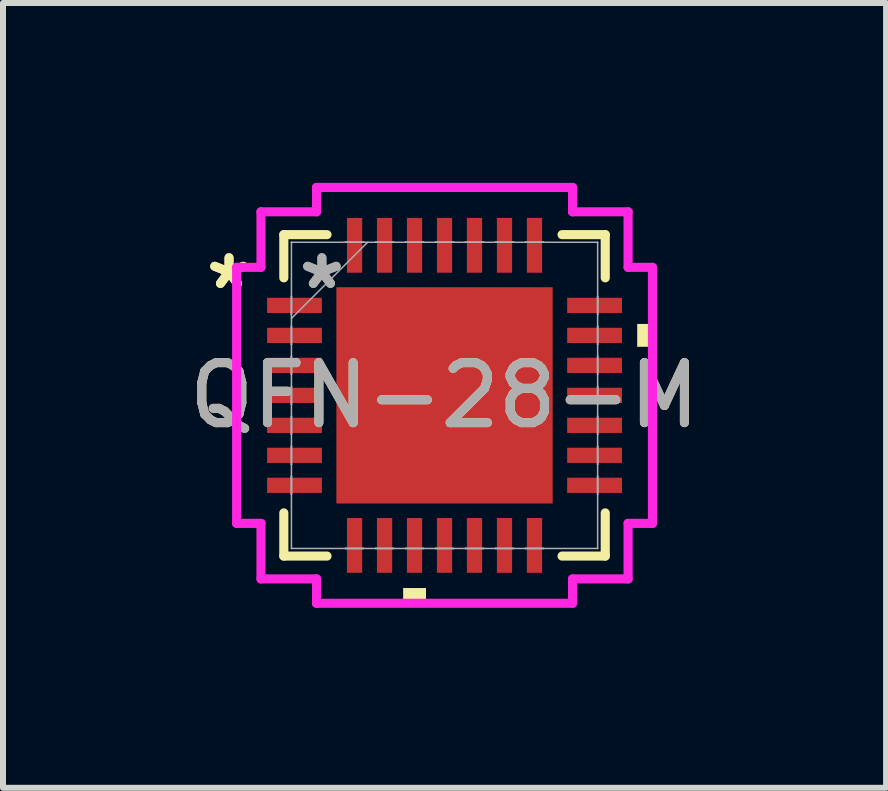
<source format=kicad_pcb>
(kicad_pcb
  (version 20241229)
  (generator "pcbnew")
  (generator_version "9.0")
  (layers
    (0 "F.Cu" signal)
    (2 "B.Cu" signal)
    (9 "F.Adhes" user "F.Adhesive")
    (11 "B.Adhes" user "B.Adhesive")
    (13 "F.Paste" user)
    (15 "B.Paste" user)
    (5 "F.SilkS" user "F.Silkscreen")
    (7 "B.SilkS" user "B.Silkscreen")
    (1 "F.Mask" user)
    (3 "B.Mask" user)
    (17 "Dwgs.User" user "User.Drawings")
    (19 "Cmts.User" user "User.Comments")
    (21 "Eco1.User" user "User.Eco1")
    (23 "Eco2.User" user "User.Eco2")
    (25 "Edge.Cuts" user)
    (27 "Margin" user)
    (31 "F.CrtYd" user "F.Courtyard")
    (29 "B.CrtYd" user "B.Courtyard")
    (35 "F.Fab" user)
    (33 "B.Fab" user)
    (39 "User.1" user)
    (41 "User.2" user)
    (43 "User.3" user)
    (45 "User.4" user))
  (footprint "QFN-28-M"
    (layer "F.Cu")
    (at 4.363 3.543)
    (property "Reference" "QFN-28-M" (at 0 0 0) (unlocked yes) (layer "F.SilkS") (effects (font (size 1 1) (thickness 0.15))))
    (attr smd)
    (fp_line (start -2.68 -2.68) (end -2.68 -1.96) (stroke (width 0.152) (type solid)) (layer "F.SilkS"))
    (fp_line (start -2.68 1.96) (end -2.68 2.68) (stroke (width 0.152) (type solid)) (layer "F.SilkS"))
    (fp_line (start -2.68 2.68) (end -1.96 2.68) (stroke (width 0.152) (type solid)) (layer "F.SilkS"))
    (fp_line (start -1.96 -2.68) (end -2.68 -2.68) (stroke (width 0.152) (type solid)) (layer "F.SilkS"))
    (fp_line (start 1.96 2.68) (end 2.68 2.68) (stroke (width 0.152) (type solid)) (layer "F.SilkS"))
    (fp_line (start 2.68 -2.68) (end 1.96 -2.68) (stroke (width 0.152) (type solid)) (layer "F.SilkS"))
    (fp_line (start 2.68 -1.96) (end 2.68 -2.68) (stroke (width 0.152) (type solid)) (layer "F.SilkS"))
    (fp_line (start 2.68 2.68) (end 2.68 1.96) (stroke (width 0.152) (type solid)) (layer "F.SilkS"))
    (fp_poly (pts (xy -0.69 3.213) (xy -0.69 3.467) (xy -0.309 3.467) (xy -0.309 3.213)) (stroke (width 0) (type solid)) (fill yes) (layer "F.SilkS"))
    (fp_poly (pts (xy 3.467 -1.191) (xy 3.467 -0.81) (xy 3.213 -0.81) (xy 3.213 -1.191)) (stroke (width 0) (type solid)) (fill yes) (layer "F.SilkS"))
    (fp_poly (pts (xy -1.703 -1.703) (xy -1.703 -0.1) (xy -0.1 -0.1) (xy -0.1 -1.703)) (stroke (width 0) (type solid)) (fill yes) (layer "F.Paste"))
    (fp_poly (pts (xy -1.703 0.1) (xy -1.703 1.703) (xy -0.1 1.703) (xy -0.1 0.1)) (stroke (width 0) (type solid)) (fill yes) (layer "F.Paste"))
    (fp_poly (pts (xy 0.1 -1.703) (xy 0.1 -0.1) (xy 1.703 -0.1) (xy 1.703 -1.703)) (stroke (width 0) (type solid)) (fill yes) (layer "F.Paste"))
    (fp_poly (pts (xy 0.1 0.1) (xy 0.1 1.703) (xy 1.703 1.703) (xy 1.703 0.1)) (stroke (width 0) (type solid)) (fill yes) (layer "F.Paste"))
    (fp_line (start -3.467 -2.135) (end -3.061 -2.135) (stroke (width 0.152) (type solid)) (layer "F.CrtYd"))
    (fp_line (start -3.467 2.135) (end -3.467 -2.135) (stroke (width 0.152) (type solid)) (layer "F.CrtYd"))
    (fp_line (start -3.061 -3.061) (end -2.135 -3.061) (stroke (width 0.152) (type solid)) (layer "F.CrtYd"))
    (fp_line (start -3.061 -2.135) (end -3.061 -3.061) (stroke (width 0.152) (type solid)) (layer "F.CrtYd"))
    (fp_line (start -3.061 2.135) (end -3.467 2.135) (stroke (width 0.152) (type solid)) (layer "F.CrtYd"))
    (fp_line (start -3.061 3.061) (end -3.061 2.135) (stroke (width 0.152) (type solid)) (layer "F.CrtYd"))
    (fp_line (start -2.135 -3.467) (end 2.135 -3.467) (stroke (width 0.152) (type solid)) (layer "F.CrtYd"))
    (fp_line (start -2.135 -3.061) (end -2.135 -3.467) (stroke (width 0.152) (type solid)) (layer "F.CrtYd"))
    (fp_line (start -2.135 3.061) (end -3.061 3.061) (stroke (width 0.152) (type solid)) (layer "F.CrtYd"))
    (fp_line (start -2.135 3.467) (end -2.135 3.061) (stroke (width 0.152) (type solid)) (layer "F.CrtYd"))
    (fp_line (start 2.135 -3.467) (end 2.135 -3.061) (stroke (width 0.152) (type solid)) (layer "F.CrtYd"))
    (fp_line (start 2.135 -3.061) (end 3.061 -3.061) (stroke (width 0.152) (type solid)) (layer "F.CrtYd"))
    (fp_line (start 2.135 3.061) (end 2.135 3.467) (stroke (width 0.152) (type solid)) (layer "F.CrtYd"))
    (fp_line (start 2.135 3.467) (end -2.135 3.467) (stroke (width 0.152) (type solid)) (layer "F.CrtYd"))
    (fp_line (start 3.061 -3.061) (end 3.061 -2.135) (stroke (width 0.152) (type solid)) (layer "F.CrtYd"))
    (fp_line (start 3.061 -2.135) (end 3.467 -2.135) (stroke (width 0.152) (type solid)) (layer "F.CrtYd"))
    (fp_line (start 3.061 2.135) (end 3.061 3.061) (stroke (width 0.152) (type solid)) (layer "F.CrtYd"))
    (fp_line (start 3.061 3.061) (end 2.135 3.061) (stroke (width 0.152) (type solid)) (layer "F.CrtYd"))
    (fp_line (start 3.467 -2.135) (end 3.467 2.135) (stroke (width 0.152) (type solid)) (layer "F.CrtYd"))
    (fp_line (start 3.467 2.135) (end 3.061 2.135) (stroke (width 0.152) (type solid)) (layer "F.CrtYd"))
    (fp_line (start -2.553 -2.553) (end -2.553 -2.553) (stroke (width 0.025) (type solid)) (layer "F.Fab"))
    (fp_line (start -2.553 -2.553) (end -2.553 2.553) (stroke (width 0.025) (type solid)) (layer "F.Fab"))
    (fp_line (start -2.553 -1.652) (end -2.553 -1.652) (stroke (width 0.025) (type solid)) (layer "F.Fab"))
    (fp_line (start -2.553 -1.652) (end -2.553 -1.348) (stroke (width 0.025) (type solid)) (layer "F.Fab"))
    (fp_line (start -2.553 -1.348) (end -2.553 -1.652) (stroke (width 0.025) (type solid)) (layer "F.Fab"))
    (fp_line (start -2.553 -1.348) (end -2.553 -1.348) (stroke (width 0.025) (type solid)) (layer "F.Fab"))
    (fp_line (start -2.553 -1.283) (end -1.283 -2.553) (stroke (width 0.025) (type solid)) (layer "F.Fab"))
    (fp_line (start -2.553 -1.152) (end -2.553 -1.152) (stroke (width 0.025) (type solid)) (layer "F.Fab"))
    (fp_line (start -2.553 -1.152) (end -2.553 -0.848) (stroke (width 0.025) (type solid)) (layer "F.Fab"))
    (fp_line (start -2.553 -0.848) (end -2.553 -1.152) (stroke (width 0.025) (type solid)) (layer "F.Fab"))
    (fp_line (start -2.553 -0.848) (end -2.553 -0.848) (stroke (width 0.025) (type solid)) (layer "F.Fab"))
    (fp_line (start -2.553 -0.652) (end -2.553 -0.652) (stroke (width 0.025) (type solid)) (layer "F.Fab"))
    (fp_line (start -2.553 -0.652) (end -2.553 -0.348) (stroke (width 0.025) (type solid)) (layer "F.Fab"))
    (fp_line (start -2.553 -0.348) (end -2.553 -0.652) (stroke (width 0.025) (type solid)) (layer "F.Fab"))
    (fp_line (start -2.553 -0.348) (end -2.553 -0.348) (stroke (width 0.025) (type solid)) (layer "F.Fab"))
    (fp_line (start -2.553 -0.152) (end -2.553 -0.152) (stroke (width 0.025) (type solid)) (layer "F.Fab"))
    (fp_line (start -2.553 -0.152) (end -2.553 0.152) (stroke (width 0.025) (type solid)) (layer "F.Fab"))
    (fp_line (start -2.553 0.152) (end -2.553 -0.152) (stroke (width 0.025) (type solid)) (layer "F.Fab"))
    (fp_line (start -2.553 0.152) (end -2.553 0.152) (stroke (width 0.025) (type solid)) (layer "F.Fab"))
    (fp_line (start -2.553 0.348) (end -2.553 0.348) (stroke (width 0.025) (type solid)) (layer "F.Fab"))
    (fp_line (start -2.553 0.348) (end -2.553 0.652) (stroke (width 0.025) (type solid)) (layer "F.Fab"))
    (fp_line (start -2.553 0.652) (end -2.553 0.348) (stroke (width 0.025) (type solid)) (layer "F.Fab"))
    (fp_line (start -2.553 0.652) (end -2.553 0.652) (stroke (width 0.025) (type solid)) (layer "F.Fab"))
    (fp_line (start -2.553 0.848) (end -2.553 0.848) (stroke (width 0.025) (type solid)) (layer "F.Fab"))
    (fp_line (start -2.553 0.848) (end -2.553 1.152) (stroke (width 0.025) (type solid)) (layer "F.Fab"))
    (fp_line (start -2.553 1.152) (end -2.553 0.848) (stroke (width 0.025) (type solid)) (layer "F.Fab"))
    (fp_line (start -2.553 1.152) (end -2.553 1.152) (stroke (width 0.025) (type solid)) (layer "F.Fab"))
    (fp_line (start -2.553 1.348) (end -2.553 1.348) (stroke (width 0.025) (type solid)) (layer "F.Fab"))
    (fp_line (start -2.553 1.348) (end -2.553 1.652) (stroke (width 0.025) (type solid)) (layer "F.Fab"))
    (fp_line (start -2.553 1.652) (end -2.553 1.348) (stroke (width 0.025) (type solid)) (layer "F.Fab"))
    (fp_line (start -2.553 1.652) (end -2.553 1.652) (stroke (width 0.025) (type solid)) (layer "F.Fab"))
    (fp_line (start -2.553 2.553) (end -2.553 2.553) (stroke (width 0.025) (type solid)) (layer "F.Fab"))
    (fp_line (start -2.553 2.553) (end 2.553 2.553) (stroke (width 0.025) (type solid)) (layer "F.Fab"))
    (fp_line (start -1.652 -2.553) (end -1.652 -2.553) (stroke (width 0.025) (type solid)) (layer "F.Fab"))
    (fp_line (start -1.652 -2.553) (end -1.348 -2.553) (stroke (width 0.025) (type solid)) (layer "F.Fab"))
    (fp_line (start -1.652 2.553) (end -1.652 2.553) (stroke (width 0.025) (type solid)) (layer "F.Fab"))
    (fp_line (start -1.652 2.553) (end -1.348 2.553) (stroke (width 0.025) (type solid)) (layer "F.Fab"))
    (fp_line (start -1.348 -2.553) (end -1.652 -2.553) (stroke (width 0.025) (type solid)) (layer "F.Fab"))
    (fp_line (start -1.348 -2.553) (end -1.348 -2.553) (stroke (width 0.025) (type solid)) (layer "F.Fab"))
    (fp_line (start -1.348 2.553) (end -1.652 2.553) (stroke (width 0.025) (type solid)) (layer "F.Fab"))
    (fp_line (start -1.348 2.553) (end -1.348 2.553) (stroke (width 0.025) (type solid)) (layer "F.Fab"))
    (fp_line (start -1.152 -2.553) (end -1.152 -2.553) (stroke (width 0.025) (type solid)) (layer "F.Fab"))
    (fp_line (start -1.152 -2.553) (end -0.848 -2.553) (stroke (width 0.025) (type solid)) (layer "F.Fab"))
    (fp_line (start -1.152 2.553) (end -1.152 2.553) (stroke (width 0.025) (type solid)) (layer "F.Fab"))
    (fp_line (start -1.152 2.553) (end -0.848 2.553) (stroke (width 0.025) (type solid)) (layer "F.Fab"))
    (fp_line (start -0.848 -2.553) (end -1.152 -2.553) (stroke (width 0.025) (type solid)) (layer "F.Fab"))
    (fp_line (start -0.848 -2.553) (end -0.848 -2.553) (stroke (width 0.025) (type solid)) (layer "F.Fab"))
    (fp_line (start -0.848 2.553) (end -1.152 2.553) (stroke (width 0.025) (type solid)) (layer "F.Fab"))
    (fp_line (start -0.848 2.553) (end -0.848 2.553) (stroke (width 0.025) (type solid)) (layer "F.Fab"))
    (fp_line (start -0.652 -2.553) (end -0.652 -2.553) (stroke (width 0.025) (type solid)) (layer "F.Fab"))
    (fp_line (start -0.652 -2.553) (end -0.348 -2.553) (stroke (width 0.025) (type solid)) (layer "F.Fab"))
    (fp_line (start -0.652 2.553) (end -0.652 2.553) (stroke (width 0.025) (type solid)) (layer "F.Fab"))
    (fp_line (start -0.652 2.553) (end -0.348 2.553) (stroke (width 0.025) (type solid)) (layer "F.Fab"))
    (fp_line (start -0.348 -2.553) (end -0.652 -2.553) (stroke (width 0.025) (type solid)) (layer "F.Fab"))
    (fp_line (start -0.348 -2.553) (end -0.348 -2.553) (stroke (width 0.025) (type solid)) (layer "F.Fab"))
    (fp_line (start -0.348 2.553) (end -0.652 2.553) (stroke (width 0.025) (type solid)) (layer "F.Fab"))
    (fp_line (start -0.348 2.553) (end -0.348 2.553) (stroke (width 0.025) (type solid)) (layer "F.Fab"))
    (fp_line (start -0.152 -2.553) (end -0.152 -2.553) (stroke (width 0.025) (type solid)) (layer "F.Fab"))
    (fp_line (start -0.152 -2.553) (end 0.152 -2.553) (stroke (width 0.025) (type solid)) (layer "F.Fab"))
    (fp_line (start -0.152 2.553) (end -0.152 2.553) (stroke (width 0.025) (type solid)) (layer "F.Fab"))
    (fp_line (start -0.152 2.553) (end 0.152 2.553) (stroke (width 0.025) (type solid)) (layer "F.Fab"))
    (fp_line (start 0.152 -2.553) (end -0.152 -2.553) (stroke (width 0.025) (type solid)) (layer "F.Fab"))
    (fp_line (start 0.152 -2.553) (end 0.152 -2.553) (stroke (width 0.025) (type solid)) (layer "F.Fab"))
    (fp_line (start 0.152 2.553) (end -0.152 2.553) (stroke (width 0.025) (type solid)) (layer "F.Fab"))
    (fp_line (start 0.152 2.553) (end 0.152 2.553) (stroke (width 0.025) (type solid)) (layer "F.Fab"))
    (fp_line (start 0.348 -2.553) (end 0.348 -2.553) (stroke (width 0.025) (type solid)) (layer "F.Fab"))
    (fp_line (start 0.348 -2.553) (end 0.652 -2.553) (stroke (width 0.025) (type solid)) (layer "F.Fab"))
    (fp_line (start 0.348 2.553) (end 0.348 2.553) (stroke (width 0.025) (type solid)) (layer "F.Fab"))
    (fp_line (start 0.348 2.553) (end 0.652 2.553) (stroke (width 0.025) (type solid)) (layer "F.Fab"))
    (fp_line (start 0.652 -2.553) (end 0.348 -2.553) (stroke (width 0.025) (type solid)) (layer "F.Fab"))
    (fp_line (start 0.652 -2.553) (end 0.652 -2.553) (stroke (width 0.025) (type solid)) (layer "F.Fab"))
    (fp_line (start 0.652 2.553) (end 0.348 2.553) (stroke (width 0.025) (type solid)) (layer "F.Fab"))
    (fp_line (start 0.652 2.553) (end 0.652 2.553) (stroke (width 0.025) (type solid)) (layer "F.Fab"))
    (fp_line (start 0.848 -2.553) (end 0.848 -2.553) (stroke (width 0.025) (type solid)) (layer "F.Fab"))
    (fp_line (start 0.848 -2.553) (end 1.152 -2.553) (stroke (width 0.025) (type solid)) (layer "F.Fab"))
    (fp_line (start 0.848 2.553) (end 0.848 2.553) (stroke (width 0.025) (type solid)) (layer "F.Fab"))
    (fp_line (start 0.848 2.553) (end 1.152 2.553) (stroke (width 0.025) (type solid)) (layer "F.Fab"))
    (fp_line (start 1.152 -2.553) (end 0.848 -2.553) (stroke (width 0.025) (type solid)) (layer "F.Fab"))
    (fp_line (start 1.152 -2.553) (end 1.152 -2.553) (stroke (width 0.025) (type solid)) (layer "F.Fab"))
    (fp_line (start 1.152 2.553) (end 0.848 2.553) (stroke (width 0.025) (type solid)) (layer "F.Fab"))
    (fp_line (start 1.152 2.553) (end 1.152 2.553) (stroke (width 0.025) (type solid)) (layer "F.Fab"))
    (fp_line (start 1.348 -2.553) (end 1.348 -2.553) (stroke (width 0.025) (type solid)) (layer "F.Fab"))
    (fp_line (start 1.348 -2.553) (end 1.652 -2.553) (stroke (width 0.025) (type solid)) (layer "F.Fab"))
    (fp_line (start 1.348 2.553) (end 1.348 2.553) (stroke (width 0.025) (type solid)) (layer "F.Fab"))
    (fp_line (start 1.348 2.553) (end 1.652 2.553) (stroke (width 0.025) (type solid)) (layer "F.Fab"))
    (fp_line (start 1.652 -2.553) (end 1.348 -2.553) (stroke (width 0.025) (type solid)) (layer "F.Fab"))
    (fp_line (start 1.652 -2.553) (end 1.652 -2.553) (stroke (width 0.025) (type solid)) (layer "F.Fab"))
    (fp_line (start 1.652 2.553) (end 1.348 2.553) (stroke (width 0.025) (type solid)) (layer "F.Fab"))
    (fp_line (start 1.652 2.553) (end 1.652 2.553) (stroke (width 0.025) (type solid)) (layer "F.Fab"))
    (fp_line (start 2.553 -2.553) (end -2.553 -2.553) (stroke (width 0.025) (type solid)) (layer "F.Fab"))
    (fp_line (start 2.553 -2.553) (end 2.553 -2.553) (stroke (width 0.025) (type solid)) (layer "F.Fab"))
    (fp_line (start 2.553 -1.652) (end 2.553 -1.652) (stroke (width 0.025) (type solid)) (layer "F.Fab"))
    (fp_line (start 2.553 -1.652) (end 2.553 -1.348) (stroke (width 0.025) (type solid)) (layer "F.Fab"))
    (fp_line (start 2.553 -1.348) (end 2.553 -1.652) (stroke (width 0.025) (type solid)) (layer "F.Fab"))
    (fp_line (start 2.553 -1.348) (end 2.553 -1.348) (stroke (width 0.025) (type solid)) (layer "F.Fab"))
    (fp_line (start 2.553 -1.152) (end 2.553 -1.152) (stroke (width 0.025) (type solid)) (layer "F.Fab"))
    (fp_line (start 2.553 -1.152) (end 2.553 -0.848) (stroke (width 0.025) (type solid)) (layer "F.Fab"))
    (fp_line (start 2.553 -0.848) (end 2.553 -1.152) (stroke (width 0.025) (type solid)) (layer "F.Fab"))
    (fp_line (start 2.553 -0.848) (end 2.553 -0.848) (stroke (width 0.025) (type solid)) (layer "F.Fab"))
    (fp_line (start 2.553 -0.652) (end 2.553 -0.652) (stroke (width 0.025) (type solid)) (layer "F.Fab"))
    (fp_line (start 2.553 -0.652) (end 2.553 -0.348) (stroke (width 0.025) (type solid)) (layer "F.Fab"))
    (fp_line (start 2.553 -0.348) (end 2.553 -0.652) (stroke (width 0.025) (type solid)) (layer "F.Fab"))
    (fp_line (start 2.553 -0.348) (end 2.553 -0.348) (stroke (width 0.025) (type solid)) (layer "F.Fab"))
    (fp_line (start 2.553 -0.152) (end 2.553 -0.152) (stroke (width 0.025) (type solid)) (layer "F.Fab"))
    (fp_line (start 2.553 -0.152) (end 2.553 0.152) (stroke (width 0.025) (type solid)) (layer "F.Fab"))
    (fp_line (start 2.553 0.152) (end 2.553 -0.152) (stroke (width 0.025) (type solid)) (layer "F.Fab"))
    (fp_line (start 2.553 0.152) (end 2.553 0.152) (stroke (width 0.025) (type solid)) (layer "F.Fab"))
    (fp_line (start 2.553 0.348) (end 2.553 0.348) (stroke (width 0.025) (type solid)) (layer "F.Fab"))
    (fp_line (start 2.553 0.348) (end 2.553 0.652) (stroke (width 0.025) (type solid)) (layer "F.Fab"))
    (fp_line (start 2.553 0.652) (end 2.553 0.348) (stroke (width 0.025) (type solid)) (layer "F.Fab"))
    (fp_line (start 2.553 0.652) (end 2.553 0.652) (stroke (width 0.025) (type solid)) (layer "F.Fab"))
    (fp_line (start 2.553 0.848) (end 2.553 0.848) (stroke (width 0.025) (type solid)) (layer "F.Fab"))
    (fp_line (start 2.553 0.848) (end 2.553 1.152) (stroke (width 0.025) (type solid)) (layer "F.Fab"))
    (fp_line (start 2.553 1.152) (end 2.553 0.848) (stroke (width 0.025) (type solid)) (layer "F.Fab"))
    (fp_line (start 2.553 1.152) (end 2.553 1.152) (stroke (width 0.025) (type solid)) (layer "F.Fab"))
    (fp_line (start 2.553 1.348) (end 2.553 1.348) (stroke (width 0.025) (type solid)) (layer "F.Fab"))
    (fp_line (start 2.553 1.348) (end 2.553 1.652) (stroke (width 0.025) (type solid)) (layer "F.Fab"))
    (fp_line (start 2.553 1.652) (end 2.553 1.348) (stroke (width 0.025) (type solid)) (layer "F.Fab"))
    (fp_line (start 2.553 1.652) (end 2.553 1.652) (stroke (width 0.025) (type solid)) (layer "F.Fab"))
    (fp_line (start 2.553 2.553) (end 2.553 -2.553) (stroke (width 0.025) (type solid)) (layer "F.Fab"))
    (fp_line (start 2.553 2.553) (end 2.553 2.553) (stroke (width 0.025) (type solid)) (layer "F.Fab"))
    (fp_text user "*" (at -3.594 -1.75 0) (layer "F.SilkS") (effects (font (size 1 1) (thickness 0.15))))
    (fp_text user "*" (at -3.594 -1.75 0) (unlocked yes) (layer "F.SilkS") (effects (font (size 1 1) (thickness 0.15))))
    (fp_text user "${REFERENCE}" (at 0 0 0) (unlocked yes) (layer "F.Fab") (effects (font (size 1 1) (thickness 0.15))))
    (fp_text user "*" (at -2.045 -1.75 0) (layer "F.Fab") (effects (font (size 1 1) (thickness 0.15))))
    (fp_text user "*" (at -2.045 -1.75 0) (unlocked yes) (layer "F.Fab") (effects (font (size 1 1) (thickness 0.15))))
    (pad "1" smd rect (at -2.502 -1.5 90) (size 0.254 0.914) (layers "F.Cu" "F.Mask" "F.Paste"))
    (pad "2" smd rect (at -2.502 -1 90) (size 0.254 0.914) (layers "F.Cu" "F.Mask" "F.Paste"))
    (pad "3" smd rect (at -2.502 -0.5 90) (size 0.254 0.914) (layers "F.Cu" "F.Mask" "F.Paste"))
    (pad "4" smd rect (at -2.502 0 90) (size 0.254 0.914) (layers "F.Cu" "F.Mask" "F.Paste"))
    (pad "5" smd rect (at -2.502 0.5 90) (size 0.254 0.914) (layers "F.Cu" "F.Mask" "F.Paste"))
    (pad "6" smd rect (at -2.502 1 90) (size 0.254 0.914) (layers "F.Cu" "F.Mask" "F.Paste"))
    (pad "7" smd rect (at -2.502 1.5 90) (size 0.254 0.914) (layers "F.Cu" "F.Mask" "F.Paste"))
    (pad "8" smd rect (at -1.5 2.502) (size 0.254 0.914) (layers "F.Cu" "F.Mask" "F.Paste"))
    (pad "9" smd rect (at -1 2.502) (size 0.254 0.914) (layers "F.Cu" "F.Mask" "F.Paste"))
    (pad "10" smd rect (at -0.5 2.502) (size 0.254 0.914) (layers "F.Cu" "F.Mask" "F.Paste"))
    (pad "11" smd rect (at 0 2.502) (size 0.254 0.914) (layers "F.Cu" "F.Mask" "F.Paste"))
    (pad "12" smd rect (at 0.5 2.502) (size 0.254 0.914) (layers "F.Cu" "F.Mask" "F.Paste"))
    (pad "13" smd rect (at 1 2.502) (size 0.254 0.914) (layers "F.Cu" "F.Mask" "F.Paste"))
    (pad "14" smd rect (at 1.5 2.502) (size 0.254 0.914) (layers "F.Cu" "F.Mask" "F.Paste"))
    (pad "15" smd rect (at 2.502 1.5 90) (size 0.254 0.914) (layers "F.Cu" "F.Mask" "F.Paste"))
    (pad "16" smd rect (at 2.502 1 90) (size 0.254 0.914) (layers "F.Cu" "F.Mask" "F.Paste"))
    (pad "17" smd rect (at 2.502 0.5 90) (size 0.254 0.914) (layers "F.Cu" "F.Mask" "F.Paste"))
    (pad "18" smd rect (at 2.502 0 90) (size 0.254 0.914) (layers "F.Cu" "F.Mask" "F.Paste"))
    (pad "19" smd rect (at 2.502 -0.5 90) (size 0.254 0.914) (layers "F.Cu" "F.Mask" "F.Paste"))
    (pad "20" smd rect (at 2.502 -1 90) (size 0.254 0.914) (layers "F.Cu" "F.Mask" "F.Paste"))
    (pad "21" smd rect (at 2.502 -1.5 90) (size 0.254 0.914) (layers "F.Cu" "F.Mask" "F.Paste"))
    (pad "22" smd rect (at 1.5 -2.502) (size 0.254 0.914) (layers "F.Cu" "F.Mask" "F.Paste"))
    (pad "23" smd rect (at 1 -2.502) (size 0.254 0.914) (layers "F.Cu" "F.Mask" "F.Paste"))
    (pad "24" smd rect (at 0.5 -2.502) (size 0.254 0.914) (layers "F.Cu" "F.Mask" "F.Paste"))
    (pad "25" smd rect (at 0 -2.502) (size 0.254 0.914) (layers "F.Cu" "F.Mask" "F.Paste"))
    (pad "26" smd rect (at -0.5 -2.502) (size 0.254 0.914) (layers "F.Cu" "F.Mask" "F.Paste"))
    (pad "27" smd rect (at -1 -2.502) (size 0.254 0.914) (layers "F.Cu" "F.Mask" "F.Paste"))
    (pad "28" smd rect (at -1.5 -2.502) (size 0.254 0.914) (layers "F.Cu" "F.Mask" "F.Paste"))
    (pad "29" smd rect (at 0 0) (size 3.607 3.607) (layers "F.Cu" "F.Mask" "F.Paste")))
  (gr_rect
    (start -3 -3)
    (end 11.726 10.087)
    (stroke (width 0.1) (type default))
    (fill no)
    (layer "Edge.Cuts")))
</source>
